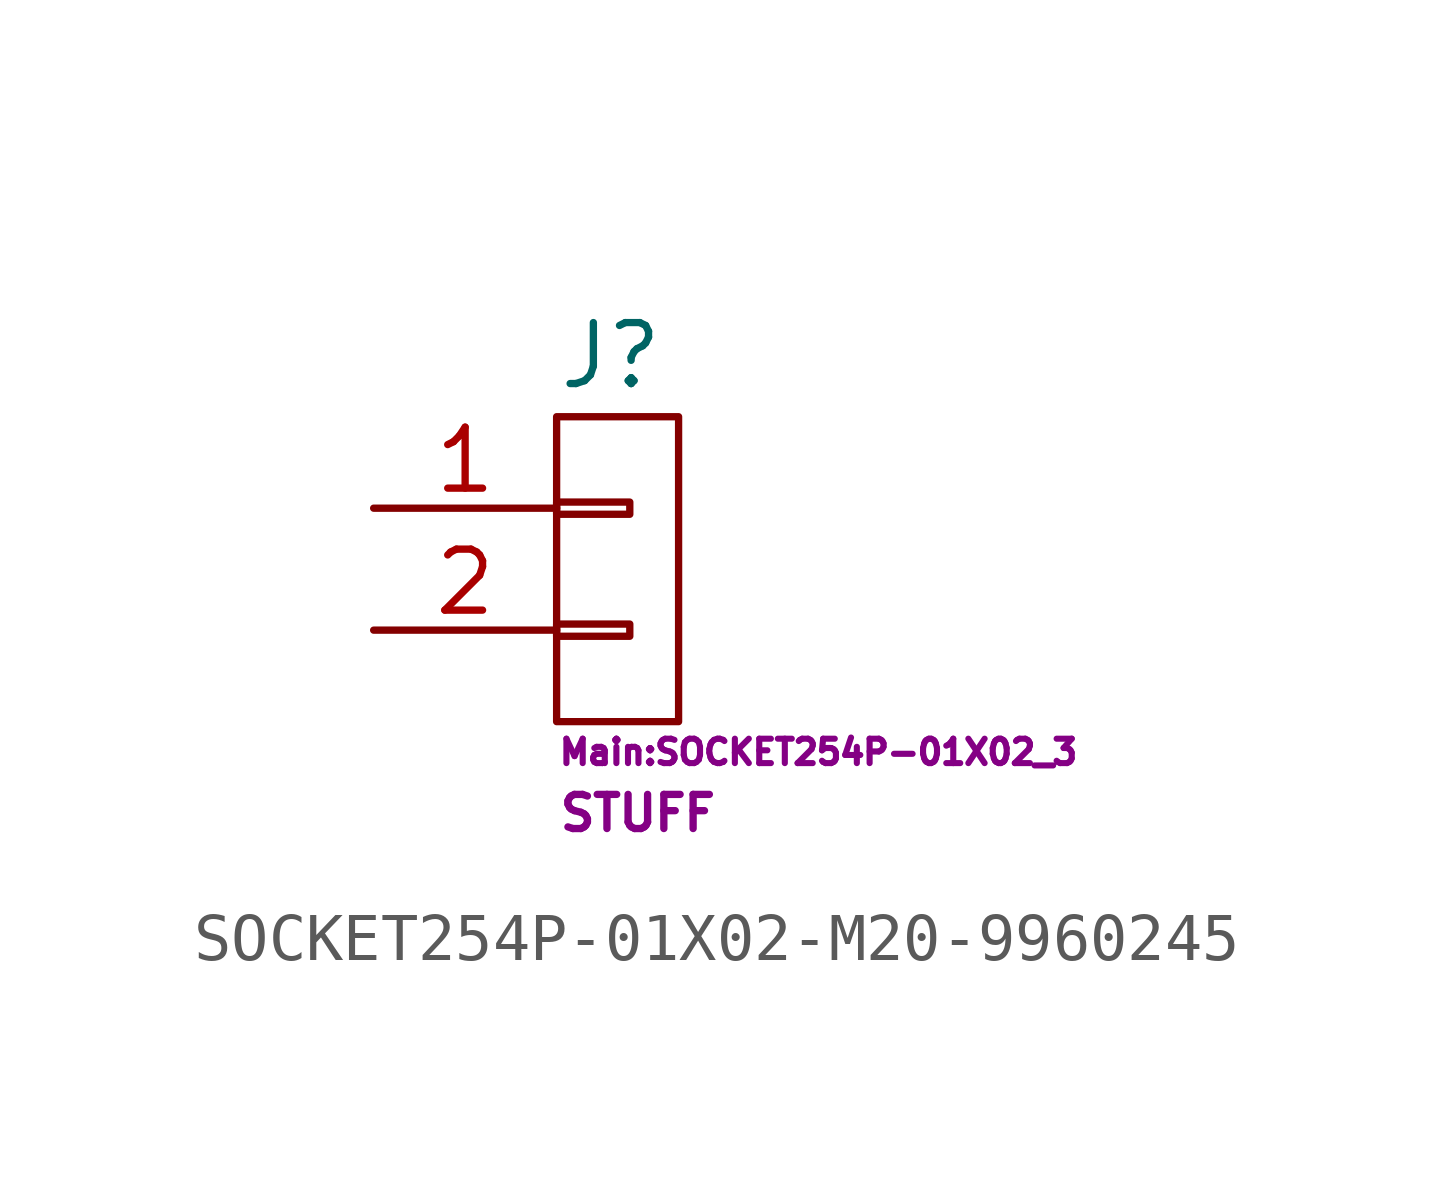
<source format=kicad_sym>
(kicad_symbol_lib
  (version 20211014)
  (generator kicad_symbol_editor)
  (symbol "SOCKET254P-01X02-M20-9960245"
    (pin_names
      (offset 1.016) hide)
    (property "Reference" "J"
      (at -1.27 4.445 0)
      (effects (font (size 1.27 1.27)) (justify left)))
    (property "Footprint" "Main:SOCKET254P-01X02_3"
      (at -1.27 -3.81 0)
      (effects (font (size 0.508 0.508)) (justify left)))
    (property "Datasheet" ""
      (at 0 6.35 0)
      (effects (font (size 1.27 1.27))))
    (property "SKU" "STUFF"
      (at -1.27 -5.08 0)
      (effects (font (size 0.711 0.711)) (justify left)))
    (symbol "SOCKET254P-01X02-M20-9960245_0_1"
      (rectangle (start -1.27 -1.143) (end 0.254 -1.397) (stroke (width 0) (type default) (color 0 0 0 0)) (fill (type none)))
      (rectangle (start -1.27 1.397) (end 0.254 1.143) (stroke (width 0) (type default) (color 0 0 0 0)) (fill (type none)))
      (rectangle (start -1.27 3.175) (end 1.27 -3.175) (stroke (width 0) (type default) (color 0 0 0 0)) (fill (type none))))
    (symbol "SOCKET254P-01X02-M20-9960245_1_1"
      (pin passive line (at -5.08 1.27 0) (length 3.81) (name "P1" (effects (font (size 1.27 1.27)))) (number "1" (effects (font (size 1.27 1.27)))))
      (pin passive line (at -5.08 -1.27 0) (length 3.81) (name "P2" (effects (font (size 1.27 1.27)))) (number "2" (effects (font (size 1.27 1.27))))))))
</source>
